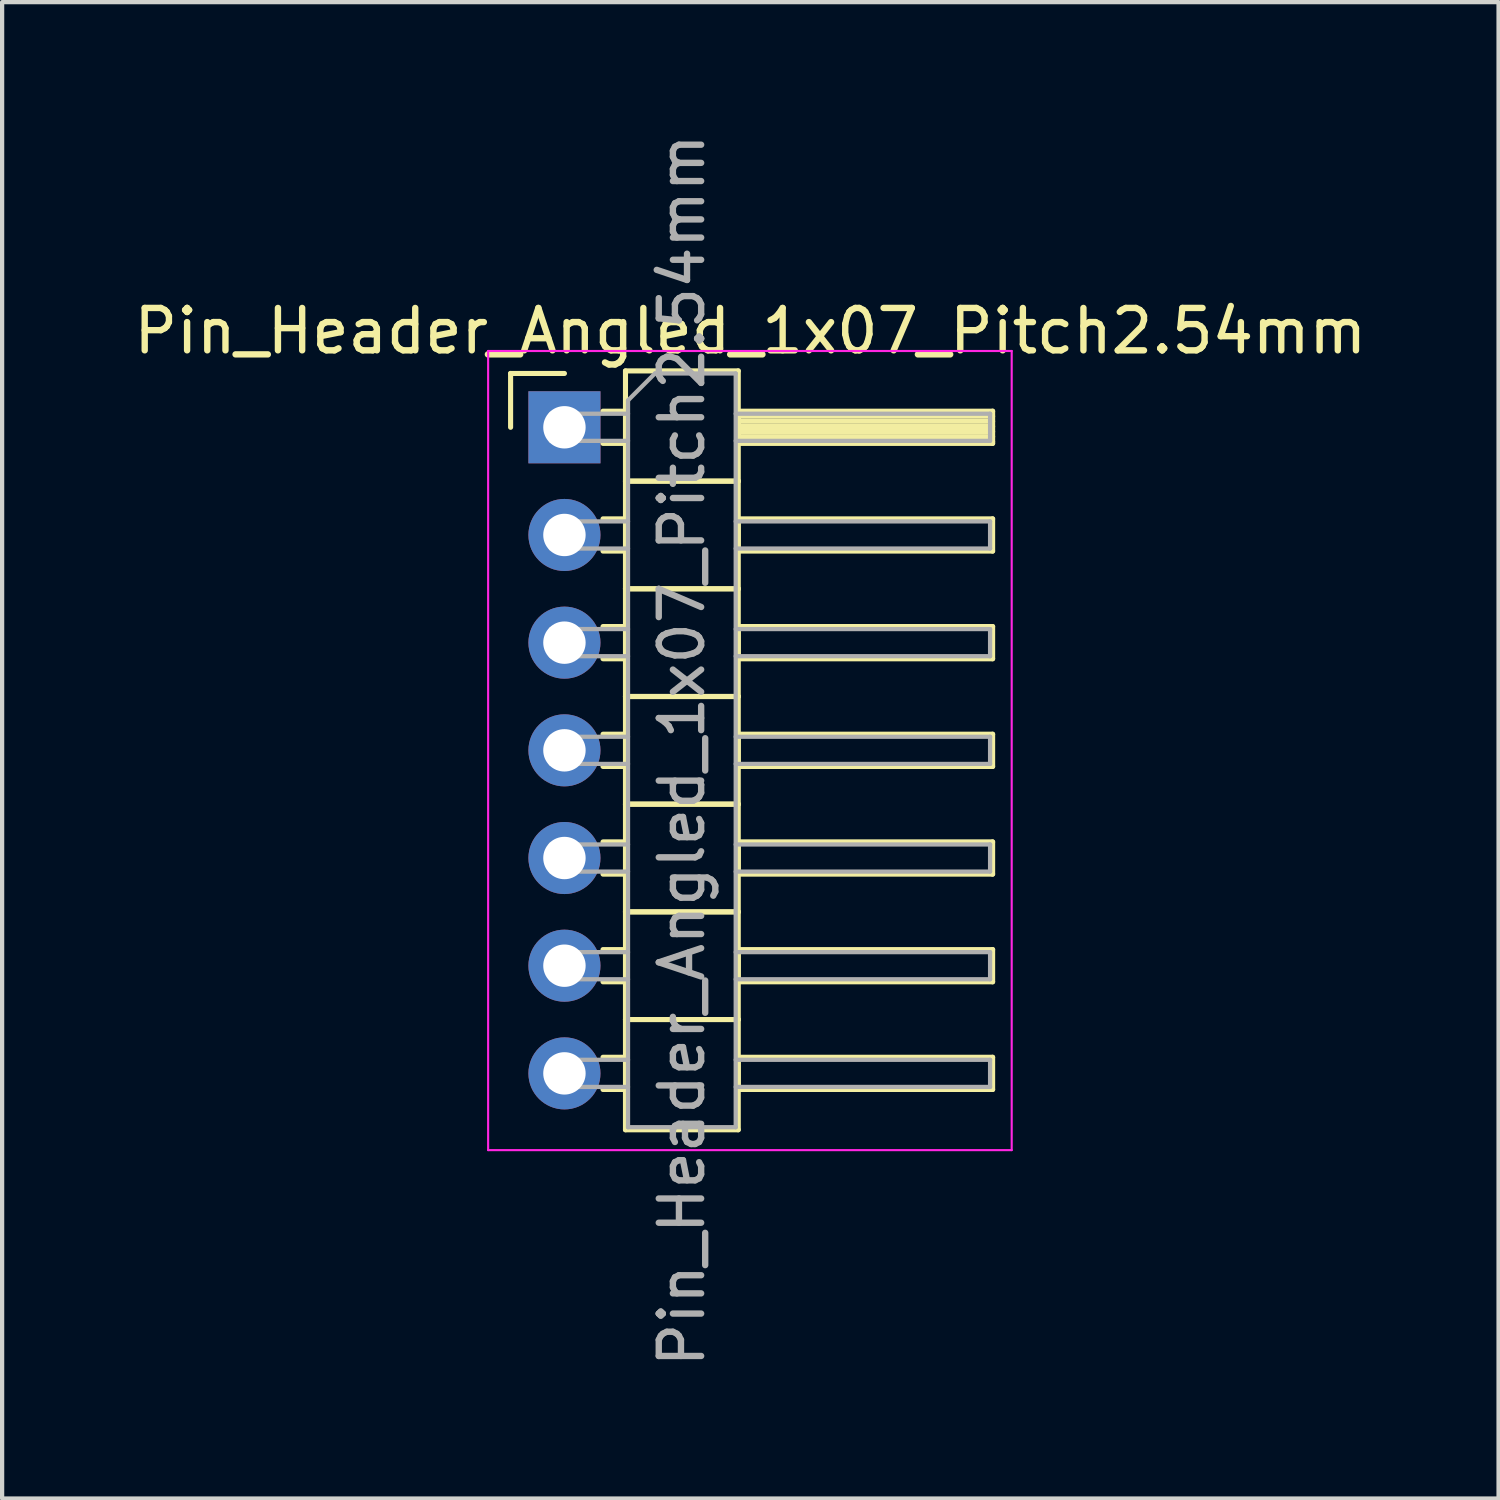
<source format=kicad_pcb>
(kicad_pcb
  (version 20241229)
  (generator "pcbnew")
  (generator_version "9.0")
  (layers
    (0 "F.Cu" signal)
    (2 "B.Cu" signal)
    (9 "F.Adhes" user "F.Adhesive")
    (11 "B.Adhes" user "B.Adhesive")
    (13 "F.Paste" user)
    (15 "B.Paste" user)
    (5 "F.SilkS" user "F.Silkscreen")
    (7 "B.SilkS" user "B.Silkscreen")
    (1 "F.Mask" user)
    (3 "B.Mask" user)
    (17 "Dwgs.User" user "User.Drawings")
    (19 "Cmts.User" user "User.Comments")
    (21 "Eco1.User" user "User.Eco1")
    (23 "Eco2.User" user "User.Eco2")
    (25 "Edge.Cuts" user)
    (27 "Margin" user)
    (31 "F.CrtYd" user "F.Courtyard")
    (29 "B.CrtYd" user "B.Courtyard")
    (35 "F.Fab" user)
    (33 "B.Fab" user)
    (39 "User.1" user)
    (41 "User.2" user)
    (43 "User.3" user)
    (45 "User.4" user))
  (footprint "Pin_Header_Angled_1x07_Pitch2.54mm"
    (layer "F.Cu")
    (at 10.264 7.029)
    (property "Reference" "Pin_Header_Angled_1x07_Pitch2.54mm" (at 4.385 -2.27 0) (layer "F.SilkS") (effects (font (size 1 1) (thickness 0.15))))
    (attr through_hole)
    (fp_line (start -1.27 -1.27) (end 0 -1.27) (stroke (width 0.12) (type solid)) (layer "F.SilkS"))
    (fp_line (start -1.27 0) (end -1.27 -1.27) (stroke (width 0.12) (type solid)) (layer "F.SilkS"))
    (fp_line (start 0.91 -0.38) (end 1.44 -0.38) (stroke (width 0.12) (type solid)) (layer "F.SilkS"))
    (fp_line (start 0.91 0.38) (end 1.44 0.38) (stroke (width 0.12) (type solid)) (layer "F.SilkS"))
    (fp_line (start 0.91 2.16) (end 1.44 2.16) (stroke (width 0.12) (type solid)) (layer "F.SilkS"))
    (fp_line (start 0.91 2.92) (end 1.44 2.92) (stroke (width 0.12) (type solid)) (layer "F.SilkS"))
    (fp_line (start 0.91 4.7) (end 1.44 4.7) (stroke (width 0.12) (type solid)) (layer "F.SilkS"))
    (fp_line (start 0.91 5.46) (end 1.44 5.46) (stroke (width 0.12) (type solid)) (layer "F.SilkS"))
    (fp_line (start 0.91 7.24) (end 1.44 7.24) (stroke (width 0.12) (type solid)) (layer "F.SilkS"))
    (fp_line (start 0.91 8) (end 1.44 8) (stroke (width 0.12) (type solid)) (layer "F.SilkS"))
    (fp_line (start 0.91 9.78) (end 1.44 9.78) (stroke (width 0.12) (type solid)) (layer "F.SilkS"))
    (fp_line (start 0.91 10.54) (end 1.44 10.54) (stroke (width 0.12) (type solid)) (layer "F.SilkS"))
    (fp_line (start 0.91 12.32) (end 1.44 12.32) (stroke (width 0.12) (type solid)) (layer "F.SilkS"))
    (fp_line (start 0.91 13.08) (end 1.44 13.08) (stroke (width 0.12) (type solid)) (layer "F.SilkS"))
    (fp_line (start 0.91 14.86) (end 1.44 14.86) (stroke (width 0.12) (type solid)) (layer "F.SilkS"))
    (fp_line (start 0.91 15.62) (end 1.44 15.62) (stroke (width 0.12) (type solid)) (layer "F.SilkS"))
    (fp_line (start 1.44 -1.33) (end 1.44 1.27) (stroke (width 0.12) (type solid)) (layer "F.SilkS"))
    (fp_line (start 1.44 1.27) (end 1.44 3.81) (stroke (width 0.12) (type solid)) (layer "F.SilkS"))
    (fp_line (start 1.44 1.27) (end 4.1 1.27) (stroke (width 0.12) (type solid)) (layer "F.SilkS"))
    (fp_line (start 1.44 3.81) (end 1.44 6.35) (stroke (width 0.12) (type solid)) (layer "F.SilkS"))
    (fp_line (start 1.44 3.81) (end 4.1 3.81) (stroke (width 0.12) (type solid)) (layer "F.SilkS"))
    (fp_line (start 1.44 6.35) (end 1.44 8.89) (stroke (width 0.12) (type solid)) (layer "F.SilkS"))
    (fp_line (start 1.44 6.35) (end 4.1 6.35) (stroke (width 0.12) (type solid)) (layer "F.SilkS"))
    (fp_line (start 1.44 8.89) (end 1.44 11.43) (stroke (width 0.12) (type solid)) (layer "F.SilkS"))
    (fp_line (start 1.44 8.89) (end 4.1 8.89) (stroke (width 0.12) (type solid)) (layer "F.SilkS"))
    (fp_line (start 1.44 11.43) (end 1.44 13.97) (stroke (width 0.12) (type solid)) (layer "F.SilkS"))
    (fp_line (start 1.44 11.43) (end 4.1 11.43) (stroke (width 0.12) (type solid)) (layer "F.SilkS"))
    (fp_line (start 1.44 13.97) (end 1.44 16.57) (stroke (width 0.12) (type solid)) (layer "F.SilkS"))
    (fp_line (start 1.44 13.97) (end 4.1 13.97) (stroke (width 0.12) (type solid)) (layer "F.SilkS"))
    (fp_line (start 1.44 16.57) (end 4.1 16.57) (stroke (width 0.12) (type solid)) (layer "F.SilkS"))
    (fp_line (start 4.1 -1.33) (end 1.44 -1.33) (stroke (width 0.12) (type solid)) (layer "F.SilkS"))
    (fp_line (start 4.1 -0.38) (end 4.1 0.38) (stroke (width 0.12) (type solid)) (layer "F.SilkS"))
    (fp_line (start 4.1 -0.26) (end 10.1 -0.26) (stroke (width 0.12) (type solid)) (layer "F.SilkS"))
    (fp_line (start 4.1 -0.14) (end 10.1 -0.14) (stroke (width 0.12) (type solid)) (layer "F.SilkS"))
    (fp_line (start 4.1 -0.02) (end 10.1 -0.02) (stroke (width 0.12) (type solid)) (layer "F.SilkS"))
    (fp_line (start 4.1 0.1) (end 10.1 0.1) (stroke (width 0.12) (type solid)) (layer "F.SilkS"))
    (fp_line (start 4.1 0.22) (end 10.1 0.22) (stroke (width 0.12) (type solid)) (layer "F.SilkS"))
    (fp_line (start 4.1 0.34) (end 10.1 0.34) (stroke (width 0.12) (type solid)) (layer "F.SilkS"))
    (fp_line (start 4.1 0.38) (end 10.1 0.38) (stroke (width 0.12) (type solid)) (layer "F.SilkS"))
    (fp_line (start 4.1 1.27) (end 1.44 1.27) (stroke (width 0.12) (type solid)) (layer "F.SilkS"))
    (fp_line (start 4.1 1.27) (end 4.1 -1.33) (stroke (width 0.12) (type solid)) (layer "F.SilkS"))
    (fp_line (start 4.1 2.16) (end 4.1 2.92) (stroke (width 0.12) (type solid)) (layer "F.SilkS"))
    (fp_line (start 4.1 2.92) (end 10.1 2.92) (stroke (width 0.12) (type solid)) (layer "F.SilkS"))
    (fp_line (start 4.1 3.81) (end 1.44 3.81) (stroke (width 0.12) (type solid)) (layer "F.SilkS"))
    (fp_line (start 4.1 3.81) (end 4.1 1.27) (stroke (width 0.12) (type solid)) (layer "F.SilkS"))
    (fp_line (start 4.1 4.7) (end 4.1 5.46) (stroke (width 0.12) (type solid)) (layer "F.SilkS"))
    (fp_line (start 4.1 5.46) (end 10.1 5.46) (stroke (width 0.12) (type solid)) (layer "F.SilkS"))
    (fp_line (start 4.1 6.35) (end 1.44 6.35) (stroke (width 0.12) (type solid)) (layer "F.SilkS"))
    (fp_line (start 4.1 6.35) (end 4.1 3.81) (stroke (width 0.12) (type solid)) (layer "F.SilkS"))
    (fp_line (start 4.1 7.24) (end 4.1 8) (stroke (width 0.12) (type solid)) (layer "F.SilkS"))
    (fp_line (start 4.1 8) (end 10.1 8) (stroke (width 0.12) (type solid)) (layer "F.SilkS"))
    (fp_line (start 4.1 8.89) (end 1.44 8.89) (stroke (width 0.12) (type solid)) (layer "F.SilkS"))
    (fp_line (start 4.1 8.89) (end 4.1 6.35) (stroke (width 0.12) (type solid)) (layer "F.SilkS"))
    (fp_line (start 4.1 9.78) (end 4.1 10.54) (stroke (width 0.12) (type solid)) (layer "F.SilkS"))
    (fp_line (start 4.1 10.54) (end 10.1 10.54) (stroke (width 0.12) (type solid)) (layer "F.SilkS"))
    (fp_line (start 4.1 11.43) (end 1.44 11.43) (stroke (width 0.12) (type solid)) (layer "F.SilkS"))
    (fp_line (start 4.1 11.43) (end 4.1 8.89) (stroke (width 0.12) (type solid)) (layer "F.SilkS"))
    (fp_line (start 4.1 12.32) (end 4.1 13.08) (stroke (width 0.12) (type solid)) (layer "F.SilkS"))
    (fp_line (start 4.1 13.08) (end 10.1 13.08) (stroke (width 0.12) (type solid)) (layer "F.SilkS"))
    (fp_line (start 4.1 13.97) (end 1.44 13.97) (stroke (width 0.12) (type solid)) (layer "F.SilkS"))
    (fp_line (start 4.1 13.97) (end 4.1 11.43) (stroke (width 0.12) (type solid)) (layer "F.SilkS"))
    (fp_line (start 4.1 14.86) (end 4.1 15.62) (stroke (width 0.12) (type solid)) (layer "F.SilkS"))
    (fp_line (start 4.1 15.62) (end 10.1 15.62) (stroke (width 0.12) (type solid)) (layer "F.SilkS"))
    (fp_line (start 4.1 16.57) (end 4.1 13.97) (stroke (width 0.12) (type solid)) (layer "F.SilkS"))
    (fp_line (start 10.1 -0.38) (end 4.1 -0.38) (stroke (width 0.12) (type solid)) (layer "F.SilkS"))
    (fp_line (start 10.1 0.38) (end 10.1 -0.38) (stroke (width 0.12) (type solid)) (layer "F.SilkS"))
    (fp_line (start 10.1 2.16) (end 4.1 2.16) (stroke (width 0.12) (type solid)) (layer "F.SilkS"))
    (fp_line (start 10.1 2.92) (end 10.1 2.16) (stroke (width 0.12) (type solid)) (layer "F.SilkS"))
    (fp_line (start 10.1 4.7) (end 4.1 4.7) (stroke (width 0.12) (type solid)) (layer "F.SilkS"))
    (fp_line (start 10.1 5.46) (end 10.1 4.7) (stroke (width 0.12) (type solid)) (layer "F.SilkS"))
    (fp_line (start 10.1 7.24) (end 4.1 7.24) (stroke (width 0.12) (type solid)) (layer "F.SilkS"))
    (fp_line (start 10.1 8) (end 10.1 7.24) (stroke (width 0.12) (type solid)) (layer "F.SilkS"))
    (fp_line (start 10.1 9.78) (end 4.1 9.78) (stroke (width 0.12) (type solid)) (layer "F.SilkS"))
    (fp_line (start 10.1 10.54) (end 10.1 9.78) (stroke (width 0.12) (type solid)) (layer "F.SilkS"))
    (fp_line (start 10.1 12.32) (end 4.1 12.32) (stroke (width 0.12) (type solid)) (layer "F.SilkS"))
    (fp_line (start 10.1 13.08) (end 10.1 12.32) (stroke (width 0.12) (type solid)) (layer "F.SilkS"))
    (fp_line (start 10.1 14.86) (end 4.1 14.86) (stroke (width 0.12) (type solid)) (layer "F.SilkS"))
    (fp_line (start 10.1 15.62) (end 10.1 14.86) (stroke (width 0.12) (type solid)) (layer "F.SilkS"))
    (fp_line (start -1.8 -1.8) (end -1.8 17.05) (stroke (width 0.05) (type solid)) (layer "F.CrtYd"))
    (fp_line (start -1.8 17.05) (end 10.55 17.05) (stroke (width 0.05) (type solid)) (layer "F.CrtYd"))
    (fp_line (start 10.55 -1.8) (end -1.8 -1.8) (stroke (width 0.05) (type solid)) (layer "F.CrtYd"))
    (fp_line (start 10.55 17.05) (end 10.55 -1.8) (stroke (width 0.05) (type solid)) (layer "F.CrtYd"))
    (fp_line (start -0.32 -0.32) (end -0.32 0.32) (stroke (width 0.1) (type solid)) (layer "F.Fab"))
    (fp_line (start -0.32 -0.32) (end 1.5 -0.32) (stroke (width 0.1) (type solid)) (layer "F.Fab"))
    (fp_line (start -0.32 0.32) (end 1.5 0.32) (stroke (width 0.1) (type solid)) (layer "F.Fab"))
    (fp_line (start -0.32 2.22) (end -0.32 2.86) (stroke (width 0.1) (type solid)) (layer "F.Fab"))
    (fp_line (start -0.32 2.22) (end 1.5 2.22) (stroke (width 0.1) (type solid)) (layer "F.Fab"))
    (fp_line (start -0.32 2.86) (end 1.5 2.86) (stroke (width 0.1) (type solid)) (layer "F.Fab"))
    (fp_line (start -0.32 4.76) (end -0.32 5.4) (stroke (width 0.1) (type solid)) (layer "F.Fab"))
    (fp_line (start -0.32 4.76) (end 1.5 4.76) (stroke (width 0.1) (type solid)) (layer "F.Fab"))
    (fp_line (start -0.32 5.4) (end 1.5 5.4) (stroke (width 0.1) (type solid)) (layer "F.Fab"))
    (fp_line (start -0.32 7.3) (end -0.32 7.94) (stroke (width 0.1) (type solid)) (layer "F.Fab"))
    (fp_line (start -0.32 7.3) (end 1.5 7.3) (stroke (width 0.1) (type solid)) (layer "F.Fab"))
    (fp_line (start -0.32 7.94) (end 1.5 7.94) (stroke (width 0.1) (type solid)) (layer "F.Fab"))
    (fp_line (start -0.32 9.84) (end -0.32 10.48) (stroke (width 0.1) (type solid)) (layer "F.Fab"))
    (fp_line (start -0.32 9.84) (end 1.5 9.84) (stroke (width 0.1) (type solid)) (layer "F.Fab"))
    (fp_line (start -0.32 10.48) (end 1.5 10.48) (stroke (width 0.1) (type solid)) (layer "F.Fab"))
    (fp_line (start -0.32 12.38) (end -0.32 13.02) (stroke (width 0.1) (type solid)) (layer "F.Fab"))
    (fp_line (start -0.32 12.38) (end 1.5 12.38) (stroke (width 0.1) (type solid)) (layer "F.Fab"))
    (fp_line (start -0.32 13.02) (end 1.5 13.02) (stroke (width 0.1) (type solid)) (layer "F.Fab"))
    (fp_line (start -0.32 14.92) (end -0.32 15.56) (stroke (width 0.1) (type solid)) (layer "F.Fab"))
    (fp_line (start -0.32 14.92) (end 1.5 14.92) (stroke (width 0.1) (type solid)) (layer "F.Fab"))
    (fp_line (start -0.32 15.56) (end 1.5 15.56) (stroke (width 0.1) (type solid)) (layer "F.Fab"))
    (fp_line (start 1.5 -0.635) (end 2.135 -1.27) (stroke (width 0.1) (type solid)) (layer "F.Fab"))
    (fp_line (start 1.5 16.51) (end 1.5 -0.635) (stroke (width 0.1) (type solid)) (layer "F.Fab"))
    (fp_line (start 2.135 -1.27) (end 4.04 -1.27) (stroke (width 0.1) (type solid)) (layer "F.Fab"))
    (fp_line (start 4.04 -1.27) (end 4.04 16.51) (stroke (width 0.1) (type solid)) (layer "F.Fab"))
    (fp_line (start 4.04 -0.32) (end 10.04 -0.32) (stroke (width 0.1) (type solid)) (layer "F.Fab"))
    (fp_line (start 4.04 0.32) (end 10.04 0.32) (stroke (width 0.1) (type solid)) (layer "F.Fab"))
    (fp_line (start 4.04 2.22) (end 10.04 2.22) (stroke (width 0.1) (type solid)) (layer "F.Fab"))
    (fp_line (start 4.04 2.86) (end 10.04 2.86) (stroke (width 0.1) (type solid)) (layer "F.Fab"))
    (fp_line (start 4.04 4.76) (end 10.04 4.76) (stroke (width 0.1) (type solid)) (layer "F.Fab"))
    (fp_line (start 4.04 5.4) (end 10.04 5.4) (stroke (width 0.1) (type solid)) (layer "F.Fab"))
    (fp_line (start 4.04 7.3) (end 10.04 7.3) (stroke (width 0.1) (type solid)) (layer "F.Fab"))
    (fp_line (start 4.04 7.94) (end 10.04 7.94) (stroke (width 0.1) (type solid)) (layer "F.Fab"))
    (fp_line (start 4.04 9.84) (end 10.04 9.84) (stroke (width 0.1) (type solid)) (layer "F.Fab"))
    (fp_line (start 4.04 10.48) (end 10.04 10.48) (stroke (width 0.1) (type solid)) (layer "F.Fab"))
    (fp_line (start 4.04 12.38) (end 10.04 12.38) (stroke (width 0.1) (type solid)) (layer "F.Fab"))
    (fp_line (start 4.04 13.02) (end 10.04 13.02) (stroke (width 0.1) (type solid)) (layer "F.Fab"))
    (fp_line (start 4.04 14.92) (end 10.04 14.92) (stroke (width 0.1) (type solid)) (layer "F.Fab"))
    (fp_line (start 4.04 15.56) (end 10.04 15.56) (stroke (width 0.1) (type solid)) (layer "F.Fab"))
    (fp_line (start 4.04 16.51) (end 1.5 16.51) (stroke (width 0.1) (type solid)) (layer "F.Fab"))
    (fp_line (start 10.04 -0.32) (end 10.04 0.32) (stroke (width 0.1) (type solid)) (layer "F.Fab"))
    (fp_line (start 10.04 2.22) (end 10.04 2.86) (stroke (width 0.1) (type solid)) (layer "F.Fab"))
    (fp_line (start 10.04 4.76) (end 10.04 5.4) (stroke (width 0.1) (type solid)) (layer "F.Fab"))
    (fp_line (start 10.04 7.3) (end 10.04 7.94) (stroke (width 0.1) (type solid)) (layer "F.Fab"))
    (fp_line (start 10.04 9.84) (end 10.04 10.48) (stroke (width 0.1) (type solid)) (layer "F.Fab"))
    (fp_line (start 10.04 12.38) (end 10.04 13.02) (stroke (width 0.1) (type solid)) (layer "F.Fab"))
    (fp_line (start 10.04 14.92) (end 10.04 15.56) (stroke (width 0.1) (type solid)) (layer "F.Fab"))
    (fp_text user "${REFERENCE}" (at 2.77 7.62 90) (layer "F.Fab") (effects (font (size 1 1) (thickness 0.15))))
    (pad "1" thru_hole rect (at 0 0) (size 1.7 1.7) (drill 1) (layers "*.Cu" "*.Mask"))
    (pad "2" thru_hole oval (at 0 2.54) (size 1.7 1.7) (drill 1) (layers "*.Cu" "*.Mask"))
    (pad "3" thru_hole oval (at 0 5.08) (size 1.7 1.7) (drill 1) (layers "*.Cu" "*.Mask"))
    (pad "4" thru_hole oval (at 0 7.62) (size 1.7 1.7) (drill 1) (layers "*.Cu" "*.Mask"))
    (pad "5" thru_hole oval (at 0 10.16) (size 1.7 1.7) (drill 1) (layers "*.Cu" "*.Mask"))
    (pad "6" thru_hole oval (at 0 12.7) (size 1.7 1.7) (drill 1) (layers "*.Cu" "*.Mask"))
    (pad "7" thru_hole oval (at 0 15.24) (size 1.7 1.7) (drill 1) (layers "*.Cu" "*.Mask")))
  (gr_rect
    (start -3 -3)
    (end 32.298 32.298)
    (stroke (width 0.1) (type default))
    (fill no)
    (layer "Edge.Cuts")))
</source>
